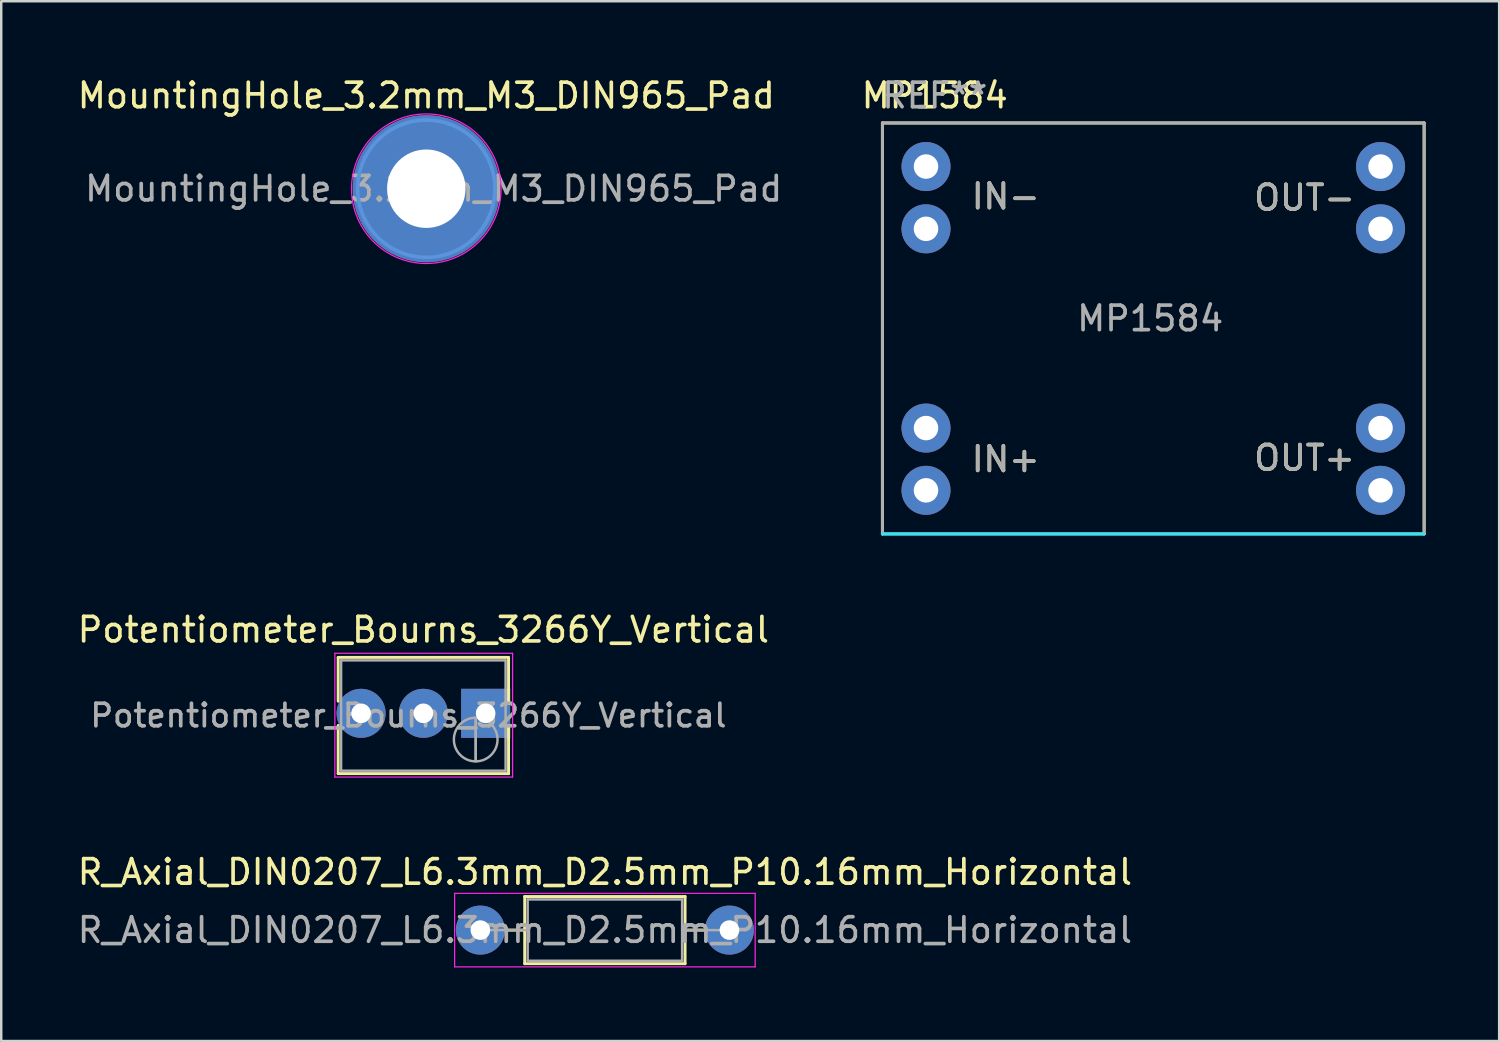
<source format=kicad_pcb>
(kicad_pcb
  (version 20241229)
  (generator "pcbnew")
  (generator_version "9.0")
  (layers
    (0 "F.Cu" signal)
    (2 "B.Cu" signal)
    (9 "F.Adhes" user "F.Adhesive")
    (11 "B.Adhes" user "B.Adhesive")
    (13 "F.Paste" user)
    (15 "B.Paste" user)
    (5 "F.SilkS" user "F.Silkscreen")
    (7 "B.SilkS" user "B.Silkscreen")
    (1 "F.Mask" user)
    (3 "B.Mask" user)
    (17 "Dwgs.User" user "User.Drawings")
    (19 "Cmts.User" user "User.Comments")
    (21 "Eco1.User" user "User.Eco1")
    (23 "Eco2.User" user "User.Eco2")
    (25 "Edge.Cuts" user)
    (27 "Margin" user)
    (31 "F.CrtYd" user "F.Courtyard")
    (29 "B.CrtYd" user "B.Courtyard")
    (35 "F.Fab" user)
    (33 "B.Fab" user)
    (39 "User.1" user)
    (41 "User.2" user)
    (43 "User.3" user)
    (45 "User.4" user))
  (footprint "MP1584"
    (layer "F.Cu")
    (at 53.266 3.744)
    (property "Reference" "MP1584" (at -18.186 -2.896 0) (layer "F.SilkS") (effects (font (size 1 1) (thickness 0.15))))
    (attr through_hole)
    (fp_line (start -20.32 -1.778) (end -20.32 14.986) (stroke (width 0.12) (type solid)) (layer "F.SilkS"))
    (fp_line (start 1.778 -1.778) (end -20.32 -1.778) (stroke (width 0.12) (type solid)) (layer "F.SilkS"))
    (fp_line (start 1.778 -1.778) (end 1.778 14.986) (stroke (width 0.12) (type solid)) (layer "F.SilkS"))
    (fp_line (start 1.778 14.986) (end -20.32 14.986) (stroke (width 0.12) (type solid)) (layer "F.SilkS"))
    (fp_line (start 1.778 14.986) (end -20.32 14.986) (stroke (width 0.12) (type solid)) (layer "B.CrtYd"))
    (fp_line (start -20.32 -1.778) (end -20.32 14.986) (stroke (width 0.12) (type solid)) (layer "F.Fab"))
    (fp_line (start 1.778 -1.778) (end -20.32 -1.778) (stroke (width 0.12) (type solid)) (layer "F.Fab"))
    (fp_line (start 1.778 -1.778) (end 1.778 14.986) (stroke (width 0.12) (type solid)) (layer "F.Fab"))
    (fp_text user "IN+" (at -15.291 11.938 0) (layer "F.SilkS") (effects (font (size 1 1) (thickness 0.15))))
    (fp_text user "OUT+" (at -3.099 11.887 0) (layer "F.SilkS") (effects (font (size 1 1) (thickness 0.15))))
    (fp_text user "OUT-" (at -3.099 1.27 0) (layer "F.SilkS") (effects (font (size 1 1) (thickness 0.15))))
    (fp_text user "IN-" (at -15.291 1.219 0) (layer "F.SilkS") (effects (font (size 1 1) (thickness 0.15))))
    (fp_text user "IN-" (at -15.291 1.219 0) (layer "F.Fab") (effects (font (size 1 1) (thickness 0.15))))
    (fp_text user "OUT-" (at -3.099 1.27 0) (layer "F.Fab") (effects (font (size 1 1) (thickness 0.15))))
    (fp_text user "REF**" (at -18.186 -2.896 0) (layer "F.Fab") (effects (font (size 1 1) (thickness 0.15))))
    (fp_text user "MP1584" (at -9.398 6.198 0) (layer "F.Fab") (effects (font (size 1 1) (thickness 0.15))))
    (fp_text user "IN+" (at -15.291 11.938 0) (layer "F.Fab") (effects (font (size 1 1) (thickness 0.15))))
    (fp_text user "OUT+" (at -3.099 11.887 0) (layer "F.Fab") (effects (font (size 1 1) (thickness 0.15))))
    (pad "1" thru_hole circle (at -18.542 0) (size 2 2) (drill 1) (layers "*.Cu" "*.Mask"))
    (pad "1" thru_hole circle (at -18.542 2.54) (size 2 2) (drill 1) (layers "*.Cu" "*.Mask"))
    (pad "2" thru_hole circle (at -18.542 10.668) (size 2 2) (drill 1) (layers "*.Cu" "*.Mask"))
    (pad "2" thru_hole circle (at -18.542 13.208) (size 2 2) (drill 1) (layers "*.Cu" "*.Mask"))
    (pad "3" thru_hole circle (at 0 10.668) (size 2 2) (drill 1) (layers "*.Cu" "*.Mask"))
    (pad "3" thru_hole circle (at 0 13.208) (size 2 2) (drill 1) (layers "*.Cu" "*.Mask"))
    (pad "4" thru_hole circle (at 0 0) (size 2 2) (drill 1) (layers "*.Cu" "*.Mask"))
    (pad "4" thru_hole circle (at 0 2.54) (size 2 2) (drill 1) (layers "*.Cu" "*.Mask")))
  (footprint "R_Axial_DIN0207_L6.3mm_D2.5mm_P10.16mm_Horizontal"
    (layer "F.Cu")
    (at 16.545 34.891)
    (property "Reference" "R_Axial_DIN0207_L6.3mm_D2.5mm_P10.16mm_Horizontal" (at 5.08 -2.37 0) (layer "F.SilkS") (effects (font (size 1 1) (thickness 0.15))))
    (attr through_hole)
    (fp_line (start 1.04 0) (end 1.81 0) (stroke (width 0.12) (type solid)) (layer "F.SilkS"))
    (fp_line (start 1.81 -1.37) (end 1.81 1.37) (stroke (width 0.12) (type solid)) (layer "F.SilkS"))
    (fp_line (start 1.81 1.37) (end 8.35 1.37) (stroke (width 0.12) (type solid)) (layer "F.SilkS"))
    (fp_line (start 8.35 -1.37) (end 1.81 -1.37) (stroke (width 0.12) (type solid)) (layer "F.SilkS"))
    (fp_line (start 8.35 1.37) (end 8.35 -1.37) (stroke (width 0.12) (type solid)) (layer "F.SilkS"))
    (fp_line (start 9.12 0) (end 8.35 0) (stroke (width 0.12) (type solid)) (layer "F.SilkS"))
    (fp_line (start -1.05 -1.5) (end -1.05 1.5) (stroke (width 0.05) (type solid)) (layer "F.CrtYd"))
    (fp_line (start -1.05 1.5) (end 11.21 1.5) (stroke (width 0.05) (type solid)) (layer "F.CrtYd"))
    (fp_line (start 11.21 -1.5) (end -1.05 -1.5) (stroke (width 0.05) (type solid)) (layer "F.CrtYd"))
    (fp_line (start 11.21 1.5) (end 11.21 -1.5) (stroke (width 0.05) (type solid)) (layer "F.CrtYd"))
    (fp_line (start 0 0) (end 1.93 0) (stroke (width 0.1) (type solid)) (layer "F.Fab"))
    (fp_line (start 1.93 -1.25) (end 1.93 1.25) (stroke (width 0.1) (type solid)) (layer "F.Fab"))
    (fp_line (start 1.93 1.25) (end 8.23 1.25) (stroke (width 0.1) (type solid)) (layer "F.Fab"))
    (fp_line (start 8.23 -1.25) (end 1.93 -1.25) (stroke (width 0.1) (type solid)) (layer "F.Fab"))
    (fp_line (start 8.23 1.25) (end 8.23 -1.25) (stroke (width 0.1) (type solid)) (layer "F.Fab"))
    (fp_line (start 10.16 0) (end 8.23 0) (stroke (width 0.1) (type solid)) (layer "F.Fab"))
    (fp_text user "${REFERENCE}" (at 5.08 0 0) (layer "F.Fab") (effects (font (size 1 1) (thickness 0.15))))
    (pad "1" thru_hole circle (at 0 0) (size 2 2) (drill 0.8) (layers "*.Cu" "*.Mask"))
    (pad "2" thru_hole oval (at 10.16 0) (size 2 2) (drill 0.8) (layers "*.Cu" "*.Mask")))
  (footprint "Potentiometer_Bourns_3266Y_Vertical"
    (layer "F.Cu")
    (at 16.76 26.048)
    (property "Reference" "Potentiometer_Bourns_3266Y_Vertical" (at -2.54 -3.41 0) (layer "F.SilkS") (effects (font (size 1 1) (thickness 0.15))))
    (attr through_hole)
    (fp_line (start -6.015 -2.28) (end -6.015 -0.494) (stroke (width 0.12) (type solid)) (layer "F.SilkS"))
    (fp_line (start -6.015 -2.28) (end 0.935 -2.28) (stroke (width 0.12) (type solid)) (layer "F.SilkS"))
    (fp_line (start -6.015 0.496) (end -6.015 2.46) (stroke (width 0.12) (type solid)) (layer "F.SilkS"))
    (fp_line (start -6.015 2.46) (end 0.935 2.46) (stroke (width 0.12) (type solid)) (layer "F.SilkS"))
    (fp_line (start 0.935 -2.28) (end 0.935 -0.494) (stroke (width 0.12) (type solid)) (layer "F.SilkS"))
    (fp_line (start 0.935 0.496) (end 0.935 2.46) (stroke (width 0.12) (type solid)) (layer "F.SilkS"))
    (fp_line (start -6.15 -2.45) (end -6.15 2.6) (stroke (width 0.05) (type solid)) (layer "F.CrtYd"))
    (fp_line (start -6.15 2.6) (end 1.1 2.6) (stroke (width 0.05) (type solid)) (layer "F.CrtYd"))
    (fp_line (start 1.1 -2.45) (end -6.15 -2.45) (stroke (width 0.05) (type solid)) (layer "F.CrtYd"))
    (fp_line (start 1.1 2.6) (end 1.1 -2.45) (stroke (width 0.05) (type solid)) (layer "F.CrtYd"))
    (fp_line (start -5.895 -2.16) (end -5.895 2.34) (stroke (width 0.1) (type solid)) (layer "F.Fab"))
    (fp_line (start -5.895 2.34) (end 0.815 2.34) (stroke (width 0.1) (type solid)) (layer "F.Fab"))
    (fp_line (start -0.405 1.952) (end -0.404 0.189) (stroke (width 0.1) (type solid)) (layer "F.Fab"))
    (fp_line (start -0.405 1.952) (end -0.404 0.189) (stroke (width 0.1) (type solid)) (layer "F.Fab"))
    (fp_line (start 0.815 -2.16) (end -5.895 -2.16) (stroke (width 0.1) (type solid)) (layer "F.Fab"))
    (fp_line (start 0.815 2.34) (end 0.815 -2.16) (stroke (width 0.1) (type solid)) (layer "F.Fab"))
    (fp_circle (center -0.405 1.07) (end 0.485 1.07) (stroke (width 0.1) (type solid)) (fill no) (layer "F.Fab"))
    (fp_text user "${REFERENCE}" (at -3.15 0.09 0) (layer "F.Fab") (effects (font (size 0.92 0.92) (thickness 0.15))))
    (pad "1" thru_hole rect (at 0 0) (size 2 2) (drill 0.8) (layers "*.Cu" "*.Mask"))
    (pad "2" thru_hole circle (at -2.54 0) (size 2 2) (drill 0.8) (layers "*.Cu" "*.Mask"))
    (pad "3" thru_hole circle (at -5.08 0) (size 2 2) (drill 0.8) (layers "*.Cu" "*.Mask")))
  (footprint "MountingHole_3.2mm_M3_DIN965_Pad"
    (layer "F.Cu")
    (at 14.339 4.648)
    (property "Reference" "MountingHole_3.2mm_M3_DIN965_Pad" (at 0 -3.8 0) (layer "F.SilkS") (effects (font (size 1 1) (thickness 0.15))))
    (attr exclude_from_pos_files exclude_from_bom)
    (fp_circle (center 0 0) (end 2.8 0) (stroke (width 0.15) (type solid)) (fill no) (layer "Cmts.User"))
    (fp_circle (center 0 0) (end 3.05 0) (stroke (width 0.05) (type solid)) (fill no) (layer "F.CrtYd"))
    (fp_text user "${REFERENCE}" (at 0.3 0 0) (layer "F.Fab") (effects (font (size 1 1) (thickness 0.15))))
    (pad "1" thru_hole circle (at 0 0) (size 6 6) (drill 3.2) (layers "*.Cu" "*.Mask")))
  (gr_rect
    (start -3 -3)
    (end 58.104 39.416)
    (stroke (width 0.1) (type default))
    (fill no)
    (layer "Edge.Cuts")))
</source>
